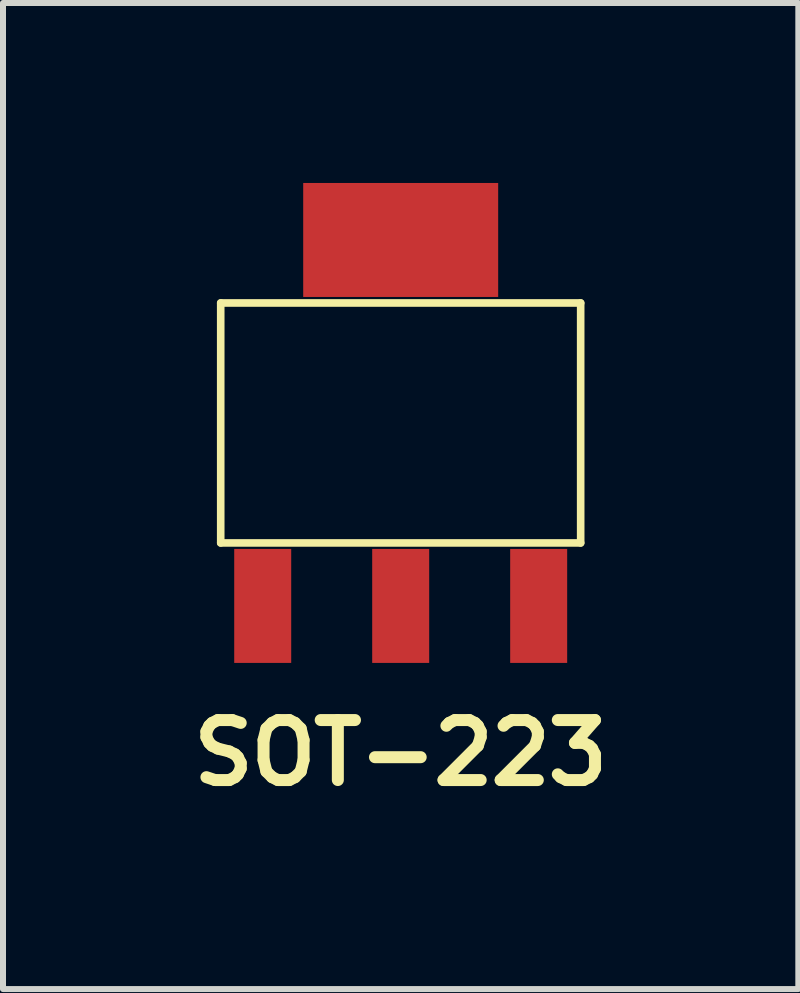
<source format=kicad_pcb>
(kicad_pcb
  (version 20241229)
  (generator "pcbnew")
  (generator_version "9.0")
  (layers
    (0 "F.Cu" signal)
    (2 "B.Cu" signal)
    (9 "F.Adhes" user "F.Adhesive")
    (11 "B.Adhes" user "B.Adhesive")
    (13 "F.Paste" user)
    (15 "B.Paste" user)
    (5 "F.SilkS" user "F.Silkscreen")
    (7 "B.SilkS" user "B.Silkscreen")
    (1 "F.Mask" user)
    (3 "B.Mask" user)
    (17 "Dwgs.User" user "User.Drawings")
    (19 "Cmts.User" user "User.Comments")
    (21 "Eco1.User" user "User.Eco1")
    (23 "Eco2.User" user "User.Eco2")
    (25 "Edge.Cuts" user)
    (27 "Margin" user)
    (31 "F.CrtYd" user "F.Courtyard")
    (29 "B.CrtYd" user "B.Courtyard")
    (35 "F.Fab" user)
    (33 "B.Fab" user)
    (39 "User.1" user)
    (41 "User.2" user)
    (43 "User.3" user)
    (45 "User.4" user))
  (footprint "SOT-223"
    (layer "F.Cu")
    (at 3.629 4)
    (property "Reference" "SOT-223" (at 0 5.5 0) (layer "F.SilkS") (effects (font (size 1 1) (thickness 0.2))))
    (attr through_hole)
    (fp_line (start -3 -2) (end 3 -2) (stroke (width 0.127) (type solid)) (layer "F.SilkS"))
    (fp_line (start -3 2) (end -3 -2) (stroke (width 0.127) (type solid)) (layer "F.SilkS"))
    (fp_line (start 3 -2) (end 3 2) (stroke (width 0.127) (type solid)) (layer "F.SilkS"))
    (fp_line (start 3 2) (end -3 2) (stroke (width 0.127) (type solid)) (layer "F.SilkS"))
    (pad "1" smd rect (at -2.3 3.05) (size 0.95 1.9) (layers "F.Cu" "F.Mask" "F.Paste"))
    (pad "2" smd rect (at 0 -3.05) (size 3.25 1.9) (layers "F.Cu" "F.Mask" "F.Paste"))
    (pad "2" smd rect (at 0 3.05) (size 0.95 1.9) (layers "F.Cu" "F.Mask" "F.Paste"))
    (pad "3" smd rect (at 2.3 3.05) (size 0.95 1.9) (layers "F.Cu" "F.Mask" "F.Paste")))
  (gr_rect
    (start -3 -3)
    (end 10.257 13.436)
    (stroke (width 0.1) (type default))
    (fill no)
    (layer "Edge.Cuts")))
</source>
